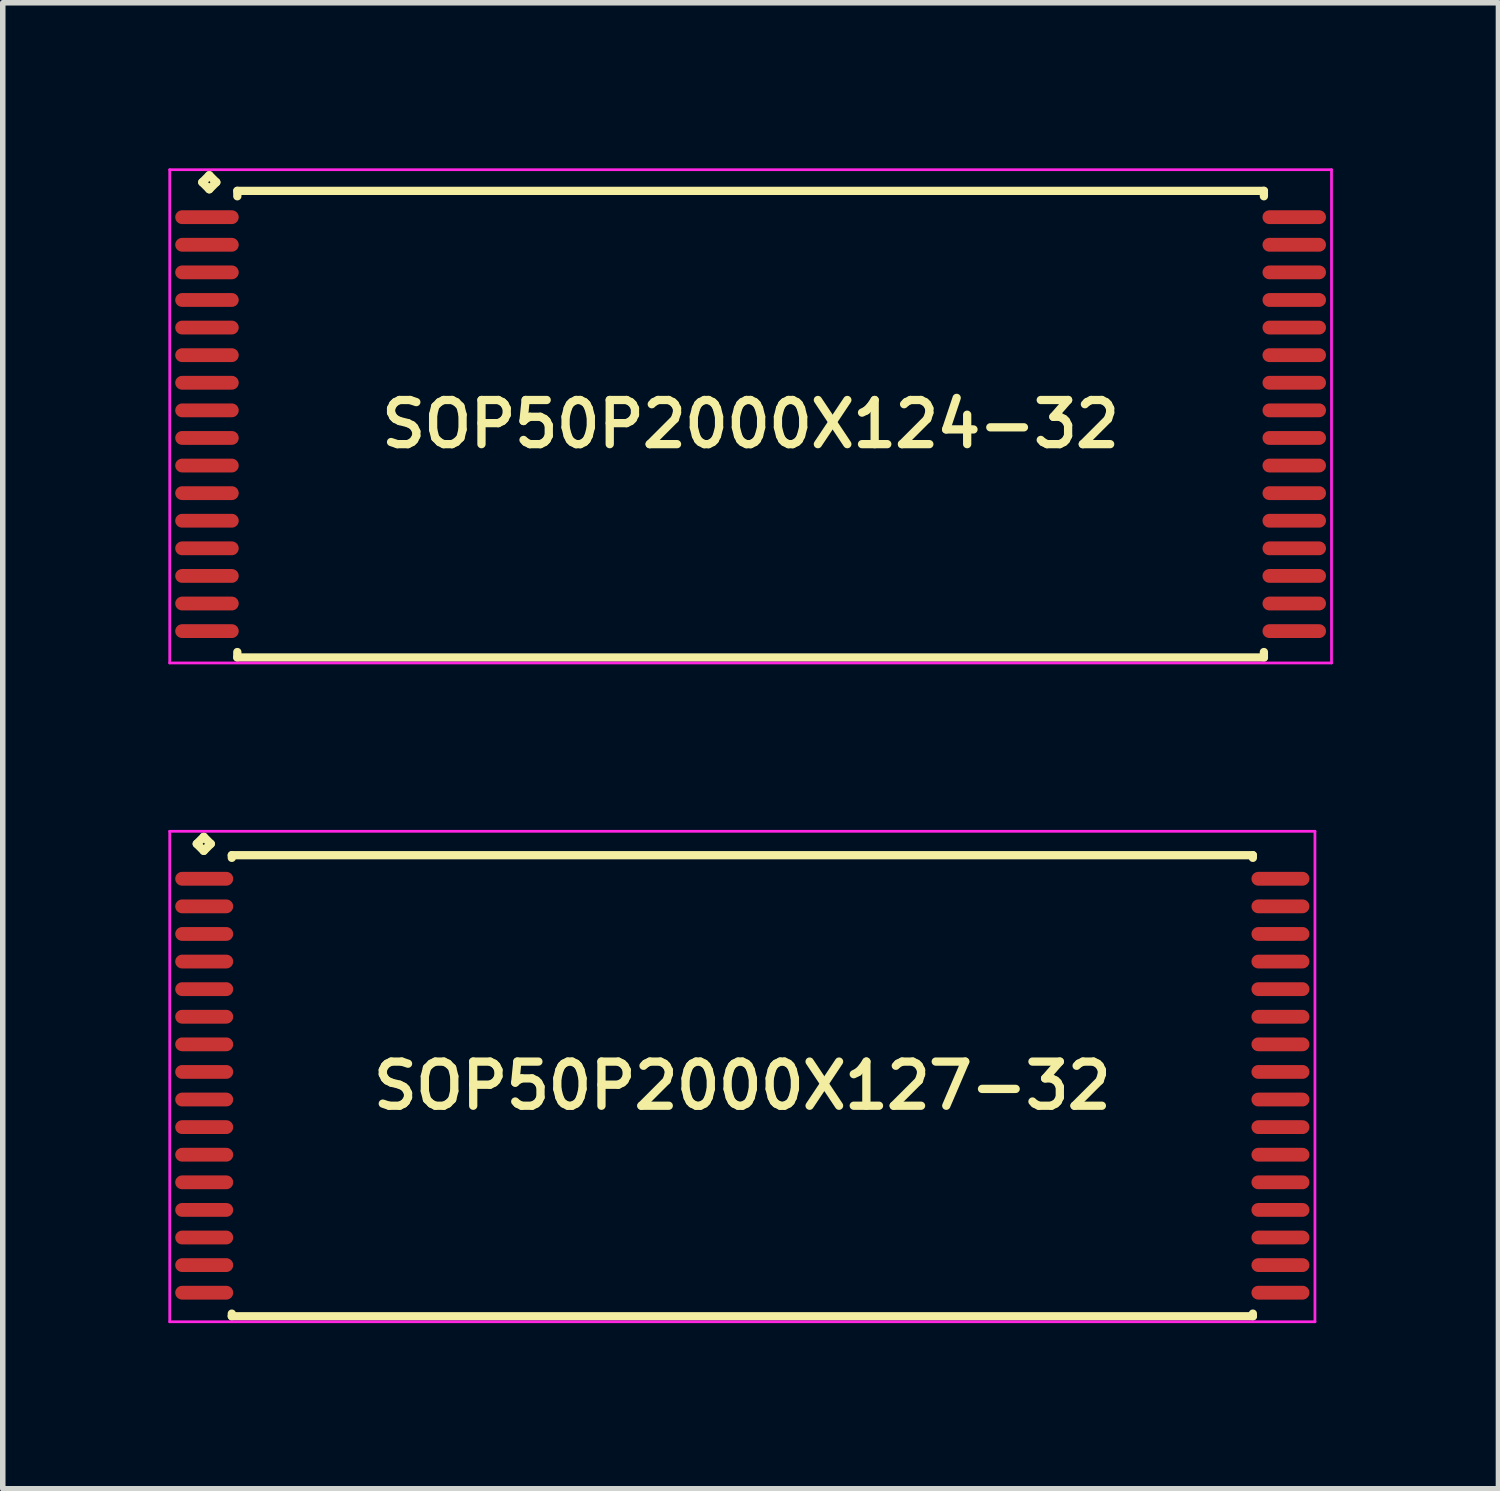
<source format=kicad_pcb>
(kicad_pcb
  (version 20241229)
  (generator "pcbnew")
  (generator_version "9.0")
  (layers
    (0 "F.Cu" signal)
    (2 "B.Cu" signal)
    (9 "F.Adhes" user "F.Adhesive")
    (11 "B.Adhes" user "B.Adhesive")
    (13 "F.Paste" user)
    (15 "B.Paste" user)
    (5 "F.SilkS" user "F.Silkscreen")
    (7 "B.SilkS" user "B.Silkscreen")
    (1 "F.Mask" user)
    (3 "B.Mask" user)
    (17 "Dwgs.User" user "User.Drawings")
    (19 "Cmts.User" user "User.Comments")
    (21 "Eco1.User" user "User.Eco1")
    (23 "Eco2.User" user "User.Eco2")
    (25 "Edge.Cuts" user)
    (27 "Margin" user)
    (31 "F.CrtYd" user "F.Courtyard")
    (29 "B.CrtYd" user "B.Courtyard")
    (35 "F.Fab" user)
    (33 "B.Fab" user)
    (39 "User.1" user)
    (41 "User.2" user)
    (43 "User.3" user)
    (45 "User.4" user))
  (footprint "SOP50P2000X127-32"
    (layer "F.Cu")
    (at 10.4 16.622)
    (property "Reference" "SOP50P2000X127-32" (at 0 0 0) (layer "F.SilkS") (effects (font (size 0.8 0.8) (thickness 0.15))))
    (attr smd)
    (fp_line (start -9.885 -4.383) (end -9.758 -4.51) (stroke (width 0.15) (type solid)) (layer "F.SilkS"))
    (fp_line (start -9.758 -4.51) (end -9.631 -4.383) (stroke (width 0.15) (type solid)) (layer "F.SilkS"))
    (fp_line (start -9.758 -4.256) (end -9.885 -4.383) (stroke (width 0.15) (type solid)) (layer "F.SilkS"))
    (fp_line (start -9.631 -4.383) (end -9.758 -4.256) (stroke (width 0.15) (type solid)) (layer "F.SilkS"))
    (fp_line (start -9.25 -4.177) (end 9.25 -4.177) (stroke (width 0.15) (type solid)) (layer "F.SilkS"))
    (fp_line (start -9.25 -4.129) (end -9.25 -4.177) (stroke (width 0.15) (type solid)) (layer "F.SilkS"))
    (fp_line (start -9.25 4.129) (end -9.25 4.177) (stroke (width 0.15) (type solid)) (layer "F.SilkS"))
    (fp_line (start -9.25 4.177) (end 9.25 4.177) (stroke (width 0.15) (type solid)) (layer "F.SilkS"))
    (fp_line (start 9.25 -4.177) (end 9.25 -4.129) (stroke (width 0.15) (type solid)) (layer "F.SilkS"))
    (fp_line (start 9.25 4.177) (end 9.25 4.129) (stroke (width 0.15) (type solid)) (layer "F.SilkS"))
    (fp_line (start -10.375 -4.61) (end 10.375 -4.61) (stroke (width 0.05) (type solid)) (layer "F.CrtYd"))
    (fp_line (start -10.375 4.277) (end -10.375 -4.61) (stroke (width 0.05) (type solid)) (layer "F.CrtYd"))
    (fp_line (start 10.375 -4.61) (end 10.375 4.277) (stroke (width 0.05) (type solid)) (layer "F.CrtYd"))
    (fp_line (start 10.375 4.277) (end -10.375 4.277) (stroke (width 0.05) (type solid)) (layer "F.CrtYd"))
    (pad "1" smd oval (at -9.75 -3.75) (size 1.05 0.25) (layers "F.Cu" "F.Mask" "F.Paste"))
    (pad "2" smd oval (at -9.75 -3.25) (size 1.05 0.25) (layers "F.Cu" "F.Mask" "F.Paste"))
    (pad "3" smd oval (at -9.75 -2.75) (size 1.05 0.25) (layers "F.Cu" "F.Mask" "F.Paste"))
    (pad "4" smd oval (at -9.75 -2.25) (size 1.05 0.25) (layers "F.Cu" "F.Mask" "F.Paste"))
    (pad "5" smd oval (at -9.75 -1.75) (size 1.05 0.25) (layers "F.Cu" "F.Mask" "F.Paste"))
    (pad "6" smd oval (at -9.75 -1.25) (size 1.05 0.25) (layers "F.Cu" "F.Mask" "F.Paste"))
    (pad "7" smd oval (at -9.75 -0.75) (size 1.05 0.25) (layers "F.Cu" "F.Mask" "F.Paste"))
    (pad "8" smd oval (at -9.75 -0.25) (size 1.05 0.25) (layers "F.Cu" "F.Mask" "F.Paste"))
    (pad "9" smd oval (at -9.75 0.25) (size 1.05 0.25) (layers "F.Cu" "F.Mask" "F.Paste"))
    (pad "10" smd oval (at -9.75 0.75) (size 1.05 0.25) (layers "F.Cu" "F.Mask" "F.Paste"))
    (pad "11" smd oval (at -9.75 1.25) (size 1.05 0.25) (layers "F.Cu" "F.Mask" "F.Paste"))
    (pad "12" smd oval (at -9.75 1.75) (size 1.05 0.25) (layers "F.Cu" "F.Mask" "F.Paste"))
    (pad "13" smd oval (at -9.75 2.25) (size 1.05 0.25) (layers "F.Cu" "F.Mask" "F.Paste"))
    (pad "14" smd oval (at -9.75 2.75) (size 1.05 0.25) (layers "F.Cu" "F.Mask" "F.Paste"))
    (pad "15" smd oval (at -9.75 3.25) (size 1.05 0.25) (layers "F.Cu" "F.Mask" "F.Paste"))
    (pad "16" smd oval (at -9.75 3.75) (size 1.05 0.25) (layers "F.Cu" "F.Mask" "F.Paste"))
    (pad "17" smd oval (at 9.75 3.75) (size 1.05 0.25) (layers "F.Cu" "F.Mask" "F.Paste"))
    (pad "18" smd oval (at 9.75 3.25) (size 1.05 0.25) (layers "F.Cu" "F.Mask" "F.Paste"))
    (pad "19" smd oval (at 9.75 2.75) (size 1.05 0.25) (layers "F.Cu" "F.Mask" "F.Paste"))
    (pad "20" smd oval (at 9.75 2.25) (size 1.05 0.25) (layers "F.Cu" "F.Mask" "F.Paste"))
    (pad "21" smd oval (at 9.75 1.75) (size 1.05 0.25) (layers "F.Cu" "F.Mask" "F.Paste"))
    (pad "22" smd oval (at 9.75 1.25) (size 1.05 0.25) (layers "F.Cu" "F.Mask" "F.Paste"))
    (pad "23" smd oval (at 9.75 0.75) (size 1.05 0.25) (layers "F.Cu" "F.Mask" "F.Paste"))
    (pad "24" smd oval (at 9.75 0.25) (size 1.05 0.25) (layers "F.Cu" "F.Mask" "F.Paste"))
    (pad "25" smd oval (at 9.75 -0.25) (size 1.05 0.25) (layers "F.Cu" "F.Mask" "F.Paste"))
    (pad "26" smd oval (at 9.75 -0.75) (size 1.05 0.25) (layers "F.Cu" "F.Mask" "F.Paste"))
    (pad "27" smd oval (at 9.75 -1.25) (size 1.05 0.25) (layers "F.Cu" "F.Mask" "F.Paste"))
    (pad "28" smd oval (at 9.75 -1.75) (size 1.05 0.25) (layers "F.Cu" "F.Mask" "F.Paste"))
    (pad "29" smd oval (at 9.75 -2.25) (size 1.05 0.25) (layers "F.Cu" "F.Mask" "F.Paste"))
    (pad "30" smd oval (at 9.75 -2.75) (size 1.05 0.25) (layers "F.Cu" "F.Mask" "F.Paste"))
    (pad "31" smd oval (at 9.75 -3.25) (size 1.05 0.25) (layers "F.Cu" "F.Mask" "F.Paste"))
    (pad "32" smd oval (at 9.75 -3.75) (size 1.05 0.25) (layers "F.Cu" "F.Mask" "F.Paste")))
  (footprint "SOP50P2000X124-32"
    (layer "F.Cu")
    (at 10.55 4.635)
    (property "Reference" "SOP50P2000X124-32" (at 0 0 0) (layer "F.SilkS") (effects (font (size 0.8 0.8) (thickness 0.15))))
    (attr smd)
    (fp_line (start -9.935 -4.383) (end -9.808 -4.51) (stroke (width 0.15) (type solid)) (layer "F.SilkS"))
    (fp_line (start -9.808 -4.51) (end -9.681 -4.383) (stroke (width 0.15) (type solid)) (layer "F.SilkS"))
    (fp_line (start -9.808 -4.256) (end -9.935 -4.383) (stroke (width 0.15) (type solid)) (layer "F.SilkS"))
    (fp_line (start -9.681 -4.383) (end -9.808 -4.256) (stroke (width 0.15) (type solid)) (layer "F.SilkS"))
    (fp_line (start -9.3 -4.227) (end 9.3 -4.227) (stroke (width 0.15) (type solid)) (layer "F.SilkS"))
    (fp_line (start -9.3 -4.129) (end -9.3 -4.227) (stroke (width 0.15) (type solid)) (layer "F.SilkS"))
    (fp_line (start -9.3 4.129) (end -9.3 4.227) (stroke (width 0.15) (type solid)) (layer "F.SilkS"))
    (fp_line (start -9.3 4.227) (end 9.3 4.227) (stroke (width 0.15) (type solid)) (layer "F.SilkS"))
    (fp_line (start 9.3 -4.227) (end 9.3 -4.129) (stroke (width 0.15) (type solid)) (layer "F.SilkS"))
    (fp_line (start 9.3 4.227) (end 9.3 4.129) (stroke (width 0.15) (type solid)) (layer "F.SilkS"))
    (fp_line (start -10.525 -4.61) (end 10.525 -4.61) (stroke (width 0.05) (type solid)) (layer "F.CrtYd"))
    (fp_line (start -10.525 4.327) (end -10.525 -4.61) (stroke (width 0.05) (type solid)) (layer "F.CrtYd"))
    (fp_line (start 10.525 -4.61) (end 10.525 4.327) (stroke (width 0.05) (type solid)) (layer "F.CrtYd"))
    (fp_line (start 10.525 4.327) (end -10.525 4.327) (stroke (width 0.05) (type solid)) (layer "F.CrtYd"))
    (pad "1" smd oval (at -9.85 -3.75) (size 1.15 0.25) (layers "F.Cu" "F.Mask" "F.Paste"))
    (pad "2" smd oval (at -9.85 -3.25) (size 1.15 0.25) (layers "F.Cu" "F.Mask" "F.Paste"))
    (pad "3" smd oval (at -9.85 -2.75) (size 1.15 0.25) (layers "F.Cu" "F.Mask" "F.Paste"))
    (pad "4" smd oval (at -9.85 -2.25) (size 1.15 0.25) (layers "F.Cu" "F.Mask" "F.Paste"))
    (pad "5" smd oval (at -9.85 -1.75) (size 1.15 0.25) (layers "F.Cu" "F.Mask" "F.Paste"))
    (pad "6" smd oval (at -9.85 -1.25) (size 1.15 0.25) (layers "F.Cu" "F.Mask" "F.Paste"))
    (pad "7" smd oval (at -9.85 -0.75) (size 1.15 0.25) (layers "F.Cu" "F.Mask" "F.Paste"))
    (pad "8" smd oval (at -9.85 -0.25) (size 1.15 0.25) (layers "F.Cu" "F.Mask" "F.Paste"))
    (pad "9" smd oval (at -9.85 0.25) (size 1.15 0.25) (layers "F.Cu" "F.Mask" "F.Paste"))
    (pad "10" smd oval (at -9.85 0.75) (size 1.15 0.25) (layers "F.Cu" "F.Mask" "F.Paste"))
    (pad "11" smd oval (at -9.85 1.25) (size 1.15 0.25) (layers "F.Cu" "F.Mask" "F.Paste"))
    (pad "12" smd oval (at -9.85 1.75) (size 1.15 0.25) (layers "F.Cu" "F.Mask" "F.Paste"))
    (pad "13" smd oval (at -9.85 2.25) (size 1.15 0.25) (layers "F.Cu" "F.Mask" "F.Paste"))
    (pad "14" smd oval (at -9.85 2.75) (size 1.15 0.25) (layers "F.Cu" "F.Mask" "F.Paste"))
    (pad "15" smd oval (at -9.85 3.25) (size 1.15 0.25) (layers "F.Cu" "F.Mask" "F.Paste"))
    (pad "16" smd oval (at -9.85 3.75) (size 1.15 0.25) (layers "F.Cu" "F.Mask" "F.Paste"))
    (pad "17" smd oval (at 9.85 3.75) (size 1.15 0.25) (layers "F.Cu" "F.Mask" "F.Paste"))
    (pad "18" smd oval (at 9.85 3.25) (size 1.15 0.25) (layers "F.Cu" "F.Mask" "F.Paste"))
    (pad "19" smd oval (at 9.85 2.75) (size 1.15 0.25) (layers "F.Cu" "F.Mask" "F.Paste"))
    (pad "20" smd oval (at 9.85 2.25) (size 1.15 0.25) (layers "F.Cu" "F.Mask" "F.Paste"))
    (pad "21" smd oval (at 9.85 1.75) (size 1.15 0.25) (layers "F.Cu" "F.Mask" "F.Paste"))
    (pad "22" smd oval (at 9.85 1.25) (size 1.15 0.25) (layers "F.Cu" "F.Mask" "F.Paste"))
    (pad "23" smd oval (at 9.85 0.75) (size 1.15 0.25) (layers "F.Cu" "F.Mask" "F.Paste"))
    (pad "24" smd oval (at 9.85 0.25) (size 1.15 0.25) (layers "F.Cu" "F.Mask" "F.Paste"))
    (pad "25" smd oval (at 9.85 -0.25) (size 1.15 0.25) (layers "F.Cu" "F.Mask" "F.Paste"))
    (pad "26" smd oval (at 9.85 -0.75) (size 1.15 0.25) (layers "F.Cu" "F.Mask" "F.Paste"))
    (pad "27" smd oval (at 9.85 -1.25) (size 1.15 0.25) (layers "F.Cu" "F.Mask" "F.Paste"))
    (pad "28" smd oval (at 9.85 -1.75) (size 1.15 0.25) (layers "F.Cu" "F.Mask" "F.Paste"))
    (pad "29" smd oval (at 9.85 -2.25) (size 1.15 0.25) (layers "F.Cu" "F.Mask" "F.Paste"))
    (pad "30" smd oval (at 9.85 -2.75) (size 1.15 0.25) (layers "F.Cu" "F.Mask" "F.Paste"))
    (pad "31" smd oval (at 9.85 -3.25) (size 1.15 0.25) (layers "F.Cu" "F.Mask" "F.Paste"))
    (pad "32" smd oval (at 9.85 -3.75) (size 1.15 0.25) (layers "F.Cu" "F.Mask" "F.Paste")))
  (gr_rect
    (start -3 -3)
    (end 24.1 23.924)
    (stroke (width 0.1) (type default))
    (fill no)
    (layer "Edge.Cuts")))
</source>
